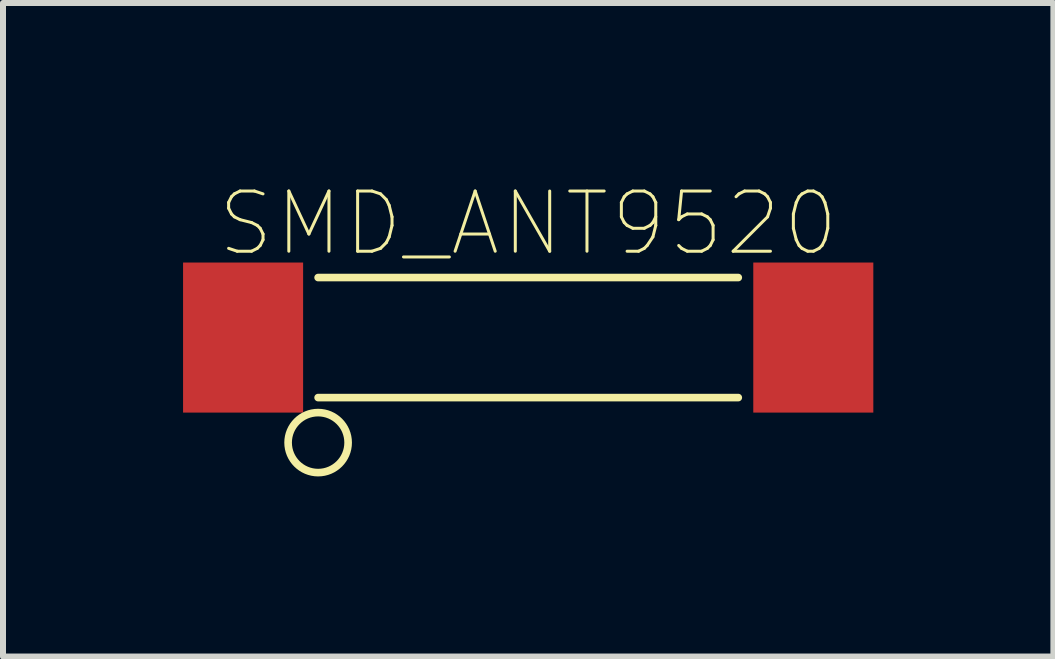
<source format=kicad_pcb>
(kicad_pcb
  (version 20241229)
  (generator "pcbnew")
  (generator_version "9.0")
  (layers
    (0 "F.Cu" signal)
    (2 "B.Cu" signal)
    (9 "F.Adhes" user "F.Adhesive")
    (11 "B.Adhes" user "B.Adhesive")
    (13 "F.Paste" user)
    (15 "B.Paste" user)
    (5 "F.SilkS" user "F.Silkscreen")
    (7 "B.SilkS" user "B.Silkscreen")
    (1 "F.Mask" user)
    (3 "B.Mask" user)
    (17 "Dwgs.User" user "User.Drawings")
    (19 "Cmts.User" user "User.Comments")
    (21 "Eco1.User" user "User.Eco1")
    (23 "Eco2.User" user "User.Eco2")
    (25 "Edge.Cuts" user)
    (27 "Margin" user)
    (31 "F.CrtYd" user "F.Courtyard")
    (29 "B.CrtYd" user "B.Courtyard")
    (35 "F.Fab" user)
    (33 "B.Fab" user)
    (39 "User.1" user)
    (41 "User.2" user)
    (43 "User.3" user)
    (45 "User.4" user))
  (footprint "SMD_ANT9520"
    (layer "F.Cu")
    (at 5.75 2.574)
    (property "Reference" "SMD_ANT9520" (at 0 -1.9 0) (layer "F.SilkS") (effects (font (size 1.003 1.003) (thickness 0.05))))
    (attr smd)
    (fp_line (start -3.5 -1) (end 3.5 -1) (stroke (width 0.127) (type solid)) (layer "F.SilkS"))
    (fp_line (start 3.5 1) (end -3.5 1) (stroke (width 0.127) (type solid)) (layer "F.SilkS"))
    (fp_circle (center -3.5 1.75) (end -3 1.75) (stroke (width 0.127) (type solid)) (fill no) (layer "F.SilkS"))
    (pad "1" smd rect (at -4.75 0 90) (size 2.5 2) (layers "F.Cu" "F.Mask" "F.Paste"))
    (pad "2" smd rect (at 4.75 0 90) (size 2.5 2) (layers "F.Cu" "F.Mask" "F.Paste")))
  (gr_rect
    (start -3 -3)
    (end 14.5 7.888)
    (stroke (width 0.1) (type default))
    (fill no)
    (layer "Edge.Cuts")))
</source>
